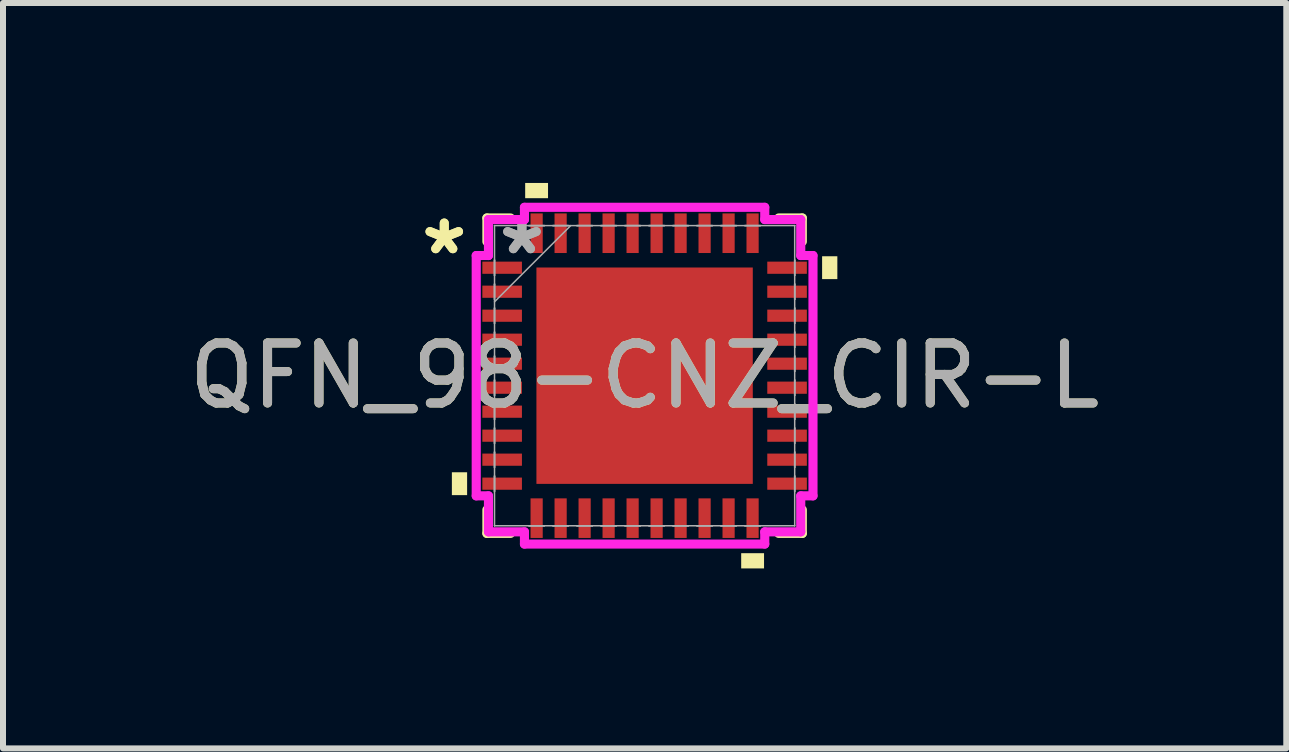
<source format=kicad_pcb>
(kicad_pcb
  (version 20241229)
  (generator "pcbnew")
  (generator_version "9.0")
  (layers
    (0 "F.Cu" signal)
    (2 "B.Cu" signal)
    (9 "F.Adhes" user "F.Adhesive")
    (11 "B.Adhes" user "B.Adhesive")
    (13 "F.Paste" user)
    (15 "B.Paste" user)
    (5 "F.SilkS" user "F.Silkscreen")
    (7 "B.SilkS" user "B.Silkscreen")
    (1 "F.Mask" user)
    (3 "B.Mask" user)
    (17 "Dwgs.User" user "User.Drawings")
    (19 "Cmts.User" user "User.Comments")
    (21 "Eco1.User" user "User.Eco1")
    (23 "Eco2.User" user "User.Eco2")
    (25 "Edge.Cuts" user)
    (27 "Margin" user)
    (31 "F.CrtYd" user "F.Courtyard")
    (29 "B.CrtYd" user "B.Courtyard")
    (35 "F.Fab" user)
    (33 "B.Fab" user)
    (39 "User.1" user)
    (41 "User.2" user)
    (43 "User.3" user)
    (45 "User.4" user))
  (footprint "QFN_98-CNZ_CIR-L"
    (layer "F.Cu")
    (at 7.696 3.213)
    (property "Reference" "QFN_98-CNZ_CIR-L" (at 0 0 0) (unlocked yes) (layer "F.SilkS") (effects (font (size 1 1) (thickness 0.15))))
    (attr smd)
    (fp_line (start -2.629 -2.629) (end -2.629 -2.235) (stroke (width 0.152) (type solid)) (layer "F.SilkS"))
    (fp_line (start -2.629 2.235) (end -2.629 2.629) (stroke (width 0.152) (type solid)) (layer "F.SilkS"))
    (fp_line (start -2.629 2.629) (end -2.235 2.629) (stroke (width 0.152) (type solid)) (layer "F.SilkS"))
    (fp_line (start -2.235 -2.629) (end -2.629 -2.629) (stroke (width 0.152) (type solid)) (layer "F.SilkS"))
    (fp_line (start 2.235 2.629) (end 2.629 2.629) (stroke (width 0.152) (type solid)) (layer "F.SilkS"))
    (fp_line (start 2.629 -2.629) (end 2.235 -2.629) (stroke (width 0.152) (type solid)) (layer "F.SilkS"))
    (fp_line (start 2.629 -2.235) (end 2.629 -2.629) (stroke (width 0.152) (type solid)) (layer "F.SilkS"))
    (fp_line (start 2.629 2.629) (end 2.629 2.235) (stroke (width 0.152) (type solid)) (layer "F.SilkS"))
    (fp_poly (pts (xy -3.213 1.61) (xy -3.213 1.991) (xy -2.959 1.991) (xy -2.959 1.61)) (stroke (width 0) (type solid)) (fill yes) (layer "F.SilkS"))
    (fp_poly (pts (xy -1.991 -2.959) (xy -1.991 -3.213) (xy -1.61 -3.213) (xy -1.61 -2.959)) (stroke (width 0) (type solid)) (fill yes) (layer "F.SilkS"))
    (fp_poly (pts (xy 1.61 2.959) (xy 1.61 3.213) (xy 1.991 3.213) (xy 1.991 2.959)) (stroke (width 0) (type solid)) (fill yes) (layer "F.SilkS"))
    (fp_poly (pts (xy 3.213 -1.991) (xy 3.213 -1.61) (xy 2.959 -1.61) (xy 2.959 -1.991)) (stroke (width 0) (type solid)) (fill yes) (layer "F.SilkS"))
    (fp_poly (pts (xy -1.703 -1.703) (xy -1.703 -0.1) (xy -0.1 -0.1) (xy -0.1 -1.703)) (stroke (width 0) (type solid)) (fill yes) (layer "F.Paste"))
    (fp_poly (pts (xy -1.703 0.1) (xy -1.703 1.703) (xy -0.1 1.703) (xy -0.1 0.1)) (stroke (width 0) (type solid)) (fill yes) (layer "F.Paste"))
    (fp_poly (pts (xy 0.1 -1.703) (xy 0.1 -0.1) (xy 1.703 -0.1) (xy 1.703 -1.703)) (stroke (width 0) (type solid)) (fill yes) (layer "F.Paste"))
    (fp_poly (pts (xy 0.1 0.1) (xy 0.1 1.703) (xy 1.703 1.703) (xy 1.703 0.1)) (stroke (width 0) (type solid)) (fill yes) (layer "F.Paste"))
    (fp_line (start -2.807 -2.003) (end -2.603 -2.003) (stroke (width 0.152) (type solid)) (layer "F.CrtYd"))
    (fp_line (start -2.807 2.003) (end -2.807 -2.003) (stroke (width 0.152) (type solid)) (layer "F.CrtYd"))
    (fp_line (start -2.603 -2.603) (end -2.003 -2.603) (stroke (width 0.152) (type solid)) (layer "F.CrtYd"))
    (fp_line (start -2.603 -2.003) (end -2.603 -2.603) (stroke (width 0.152) (type solid)) (layer "F.CrtYd"))
    (fp_line (start -2.603 2.003) (end -2.807 2.003) (stroke (width 0.152) (type solid)) (layer "F.CrtYd"))
    (fp_line (start -2.603 2.603) (end -2.603 2.003) (stroke (width 0.152) (type solid)) (layer "F.CrtYd"))
    (fp_line (start -2.003 -2.807) (end 2.003 -2.807) (stroke (width 0.152) (type solid)) (layer "F.CrtYd"))
    (fp_line (start -2.003 -2.603) (end -2.003 -2.807) (stroke (width 0.152) (type solid)) (layer "F.CrtYd"))
    (fp_line (start -2.003 2.603) (end -2.603 2.603) (stroke (width 0.152) (type solid)) (layer "F.CrtYd"))
    (fp_line (start -2.003 2.807) (end -2.003 2.603) (stroke (width 0.152) (type solid)) (layer "F.CrtYd"))
    (fp_line (start 2.003 -2.807) (end 2.003 -2.603) (stroke (width 0.152) (type solid)) (layer "F.CrtYd"))
    (fp_line (start 2.003 -2.603) (end 2.603 -2.603) (stroke (width 0.152) (type solid)) (layer "F.CrtYd"))
    (fp_line (start 2.003 2.603) (end 2.003 2.807) (stroke (width 0.152) (type solid)) (layer "F.CrtYd"))
    (fp_line (start 2.003 2.807) (end -2.003 2.807) (stroke (width 0.152) (type solid)) (layer "F.CrtYd"))
    (fp_line (start 2.603 -2.603) (end 2.603 -2.003) (stroke (width 0.152) (type solid)) (layer "F.CrtYd"))
    (fp_line (start 2.603 -2.003) (end 2.807 -2.003) (stroke (width 0.152) (type solid)) (layer "F.CrtYd"))
    (fp_line (start 2.603 2.003) (end 2.603 2.603) (stroke (width 0.152) (type solid)) (layer "F.CrtYd"))
    (fp_line (start 2.603 2.603) (end 2.003 2.603) (stroke (width 0.152) (type solid)) (layer "F.CrtYd"))
    (fp_line (start 2.807 -2.003) (end 2.807 2.003) (stroke (width 0.152) (type solid)) (layer "F.CrtYd"))
    (fp_line (start 2.807 2.003) (end 2.603 2.003) (stroke (width 0.152) (type solid)) (layer "F.CrtYd"))
    (fp_line (start -2.502 -2.502) (end -2.502 -2.502) (stroke (width 0.025) (type solid)) (layer "F.Fab"))
    (fp_line (start -2.502 -2.502) (end -2.502 2.502) (stroke (width 0.025) (type solid)) (layer "F.Fab"))
    (fp_line (start -2.502 -1.927) (end -2.502 -1.927) (stroke (width 0.025) (type solid)) (layer "F.Fab"))
    (fp_line (start -2.502 -1.927) (end -2.502 -1.673) (stroke (width 0.025) (type solid)) (layer "F.Fab"))
    (fp_line (start -2.502 -1.673) (end -2.502 -1.927) (stroke (width 0.025) (type solid)) (layer "F.Fab"))
    (fp_line (start -2.502 -1.673) (end -2.502 -1.673) (stroke (width 0.025) (type solid)) (layer "F.Fab"))
    (fp_line (start -2.502 -1.527) (end -2.502 -1.527) (stroke (width 0.025) (type solid)) (layer "F.Fab"))
    (fp_line (start -2.502 -1.527) (end -2.502 -1.273) (stroke (width 0.025) (type solid)) (layer "F.Fab"))
    (fp_line (start -2.502 -1.273) (end -2.502 -1.527) (stroke (width 0.025) (type solid)) (layer "F.Fab"))
    (fp_line (start -2.502 -1.273) (end -2.502 -1.273) (stroke (width 0.025) (type solid)) (layer "F.Fab"))
    (fp_line (start -2.502 -1.232) (end -1.232 -2.502) (stroke (width 0.025) (type solid)) (layer "F.Fab"))
    (fp_line (start -2.502 -1.127) (end -2.502 -1.127) (stroke (width 0.025) (type solid)) (layer "F.Fab"))
    (fp_line (start -2.502 -1.127) (end -2.502 -0.873) (stroke (width 0.025) (type solid)) (layer "F.Fab"))
    (fp_line (start -2.502 -0.873) (end -2.502 -1.127) (stroke (width 0.025) (type solid)) (layer "F.Fab"))
    (fp_line (start -2.502 -0.873) (end -2.502 -0.873) (stroke (width 0.025) (type solid)) (layer "F.Fab"))
    (fp_line (start -2.502 -0.727) (end -2.502 -0.727) (stroke (width 0.025) (type solid)) (layer "F.Fab"))
    (fp_line (start -2.502 -0.727) (end -2.502 -0.473) (stroke (width 0.025) (type solid)) (layer "F.Fab"))
    (fp_line (start -2.502 -0.473) (end -2.502 -0.727) (stroke (width 0.025) (type solid)) (layer "F.Fab"))
    (fp_line (start -2.502 -0.473) (end -2.502 -0.473) (stroke (width 0.025) (type solid)) (layer "F.Fab"))
    (fp_line (start -2.502 -0.327) (end -2.502 -0.327) (stroke (width 0.025) (type solid)) (layer "F.Fab"))
    (fp_line (start -2.502 -0.327) (end -2.502 -0.073) (stroke (width 0.025) (type solid)) (layer "F.Fab"))
    (fp_line (start -2.502 -0.073) (end -2.502 -0.327) (stroke (width 0.025) (type solid)) (layer "F.Fab"))
    (fp_line (start -2.502 -0.073) (end -2.502 -0.073) (stroke (width 0.025) (type solid)) (layer "F.Fab"))
    (fp_line (start -2.502 0.073) (end -2.502 0.073) (stroke (width 0.025) (type solid)) (layer "F.Fab"))
    (fp_line (start -2.502 0.073) (end -2.502 0.327) (stroke (width 0.025) (type solid)) (layer "F.Fab"))
    (fp_line (start -2.502 0.327) (end -2.502 0.073) (stroke (width 0.025) (type solid)) (layer "F.Fab"))
    (fp_line (start -2.502 0.327) (end -2.502 0.327) (stroke (width 0.025) (type solid)) (layer "F.Fab"))
    (fp_line (start -2.502 0.473) (end -2.502 0.473) (stroke (width 0.025) (type solid)) (layer "F.Fab"))
    (fp_line (start -2.502 0.473) (end -2.502 0.727) (stroke (width 0.025) (type solid)) (layer "F.Fab"))
    (fp_line (start -2.502 0.727) (end -2.502 0.473) (stroke (width 0.025) (type solid)) (layer "F.Fab"))
    (fp_line (start -2.502 0.727) (end -2.502 0.727) (stroke (width 0.025) (type solid)) (layer "F.Fab"))
    (fp_line (start -2.502 0.873) (end -2.502 0.873) (stroke (width 0.025) (type solid)) (layer "F.Fab"))
    (fp_line (start -2.502 0.873) (end -2.502 1.127) (stroke (width 0.025) (type solid)) (layer "F.Fab"))
    (fp_line (start -2.502 1.127) (end -2.502 0.873) (stroke (width 0.025) (type solid)) (layer "F.Fab"))
    (fp_line (start -2.502 1.127) (end -2.502 1.127) (stroke (width 0.025) (type solid)) (layer "F.Fab"))
    (fp_line (start -2.502 1.273) (end -2.502 1.273) (stroke (width 0.025) (type solid)) (layer "F.Fab"))
    (fp_line (start -2.502 1.273) (end -2.502 1.527) (stroke (width 0.025) (type solid)) (layer "F.Fab"))
    (fp_line (start -2.502 1.527) (end -2.502 1.273) (stroke (width 0.025) (type solid)) (layer "F.Fab"))
    (fp_line (start -2.502 1.527) (end -2.502 1.527) (stroke (width 0.025) (type solid)) (layer "F.Fab"))
    (fp_line (start -2.502 1.673) (end -2.502 1.673) (stroke (width 0.025) (type solid)) (layer "F.Fab"))
    (fp_line (start -2.502 1.673) (end -2.502 1.927) (stroke (width 0.025) (type solid)) (layer "F.Fab"))
    (fp_line (start -2.502 1.927) (end -2.502 1.673) (stroke (width 0.025) (type solid)) (layer "F.Fab"))
    (fp_line (start -2.502 1.927) (end -2.502 1.927) (stroke (width 0.025) (type solid)) (layer "F.Fab"))
    (fp_line (start -2.502 2.502) (end -2.502 2.502) (stroke (width 0.025) (type solid)) (layer "F.Fab"))
    (fp_line (start -2.502 2.502) (end 2.502 2.502) (stroke (width 0.025) (type solid)) (layer "F.Fab"))
    (fp_line (start -1.927 -2.502) (end -1.927 -2.502) (stroke (width 0.025) (type solid)) (layer "F.Fab"))
    (fp_line (start -1.927 -2.502) (end -1.673 -2.502) (stroke (width 0.025) (type solid)) (layer "F.Fab"))
    (fp_line (start -1.927 2.502) (end -1.927 2.502) (stroke (width 0.025) (type solid)) (layer "F.Fab"))
    (fp_line (start -1.927 2.502) (end -1.673 2.502) (stroke (width 0.025) (type solid)) (layer "F.Fab"))
    (fp_line (start -1.673 -2.502) (end -1.927 -2.502) (stroke (width 0.025) (type solid)) (layer "F.Fab"))
    (fp_line (start -1.673 -2.502) (end -1.673 -2.502) (stroke (width 0.025) (type solid)) (layer "F.Fab"))
    (fp_line (start -1.673 2.502) (end -1.927 2.502) (stroke (width 0.025) (type solid)) (layer "F.Fab"))
    (fp_line (start -1.673 2.502) (end -1.673 2.502) (stroke (width 0.025) (type solid)) (layer "F.Fab"))
    (fp_line (start -1.527 -2.502) (end -1.527 -2.502) (stroke (width 0.025) (type solid)) (layer "F.Fab"))
    (fp_line (start -1.527 -2.502) (end -1.273 -2.502) (stroke (width 0.025) (type solid)) (layer "F.Fab"))
    (fp_line (start -1.527 2.502) (end -1.527 2.502) (stroke (width 0.025) (type solid)) (layer "F.Fab"))
    (fp_line (start -1.527 2.502) (end -1.273 2.502) (stroke (width 0.025) (type solid)) (layer "F.Fab"))
    (fp_line (start -1.273 -2.502) (end -1.527 -2.502) (stroke (width 0.025) (type solid)) (layer "F.Fab"))
    (fp_line (start -1.273 -2.502) (end -1.273 -2.502) (stroke (width 0.025) (type solid)) (layer "F.Fab"))
    (fp_line (start -1.273 2.502) (end -1.527 2.502) (stroke (width 0.025) (type solid)) (layer "F.Fab"))
    (fp_line (start -1.273 2.502) (end -1.273 2.502) (stroke (width 0.025) (type solid)) (layer "F.Fab"))
    (fp_line (start -1.127 -2.502) (end -1.127 -2.502) (stroke (width 0.025) (type solid)) (layer "F.Fab"))
    (fp_line (start -1.127 -2.502) (end -0.873 -2.502) (stroke (width 0.025) (type solid)) (layer "F.Fab"))
    (fp_line (start -1.127 2.502) (end -1.127 2.502) (stroke (width 0.025) (type solid)) (layer "F.Fab"))
    (fp_line (start -1.127 2.502) (end -0.873 2.502) (stroke (width 0.025) (type solid)) (layer "F.Fab"))
    (fp_line (start -0.873 -2.502) (end -1.127 -2.502) (stroke (width 0.025) (type solid)) (layer "F.Fab"))
    (fp_line (start -0.873 -2.502) (end -0.873 -2.502) (stroke (width 0.025) (type solid)) (layer "F.Fab"))
    (fp_line (start -0.873 2.502) (end -1.127 2.502) (stroke (width 0.025) (type solid)) (layer "F.Fab"))
    (fp_line (start -0.873 2.502) (end -0.873 2.502) (stroke (width 0.025) (type solid)) (layer "F.Fab"))
    (fp_line (start -0.727 -2.502) (end -0.727 -2.502) (stroke (width 0.025) (type solid)) (layer "F.Fab"))
    (fp_line (start -0.727 -2.502) (end -0.473 -2.502) (stroke (width 0.025) (type solid)) (layer "F.Fab"))
    (fp_line (start -0.727 2.502) (end -0.727 2.502) (stroke (width 0.025) (type solid)) (layer "F.Fab"))
    (fp_line (start -0.727 2.502) (end -0.473 2.502) (stroke (width 0.025) (type solid)) (layer "F.Fab"))
    (fp_line (start -0.473 -2.502) (end -0.727 -2.502) (stroke (width 0.025) (type solid)) (layer "F.Fab"))
    (fp_line (start -0.473 -2.502) (end -0.473 -2.502) (stroke (width 0.025) (type solid)) (layer "F.Fab"))
    (fp_line (start -0.473 2.502) (end -0.727 2.502) (stroke (width 0.025) (type solid)) (layer "F.Fab"))
    (fp_line (start -0.473 2.502) (end -0.473 2.502) (stroke (width 0.025) (type solid)) (layer "F.Fab"))
    (fp_line (start -0.327 -2.502) (end -0.327 -2.502) (stroke (width 0.025) (type solid)) (layer "F.Fab"))
    (fp_line (start -0.327 -2.502) (end -0.073 -2.502) (stroke (width 0.025) (type solid)) (layer "F.Fab"))
    (fp_line (start -0.327 2.502) (end -0.327 2.502) (stroke (width 0.025) (type solid)) (layer "F.Fab"))
    (fp_line (start -0.327 2.502) (end -0.073 2.502) (stroke (width 0.025) (type solid)) (layer "F.Fab"))
    (fp_line (start -0.073 -2.502) (end -0.327 -2.502) (stroke (width 0.025) (type solid)) (layer "F.Fab"))
    (fp_line (start -0.073 -2.502) (end -0.073 -2.502) (stroke (width 0.025) (type solid)) (layer "F.Fab"))
    (fp_line (start -0.073 2.502) (end -0.327 2.502) (stroke (width 0.025) (type solid)) (layer "F.Fab"))
    (fp_line (start -0.073 2.502) (end -0.073 2.502) (stroke (width 0.025) (type solid)) (layer "F.Fab"))
    (fp_line (start 0.073 -2.502) (end 0.073 -2.502) (stroke (width 0.025) (type solid)) (layer "F.Fab"))
    (fp_line (start 0.073 -2.502) (end 0.327 -2.502) (stroke (width 0.025) (type solid)) (layer "F.Fab"))
    (fp_line (start 0.073 2.502) (end 0.073 2.502) (stroke (width 0.025) (type solid)) (layer "F.Fab"))
    (fp_line (start 0.073 2.502) (end 0.327 2.502) (stroke (width 0.025) (type solid)) (layer "F.Fab"))
    (fp_line (start 0.327 -2.502) (end 0.073 -2.502) (stroke (width 0.025) (type solid)) (layer "F.Fab"))
    (fp_line (start 0.327 -2.502) (end 0.327 -2.502) (stroke (width 0.025) (type solid)) (layer "F.Fab"))
    (fp_line (start 0.327 2.502) (end 0.073 2.502) (stroke (width 0.025) (type solid)) (layer "F.Fab"))
    (fp_line (start 0.327 2.502) (end 0.327 2.502) (stroke (width 0.025) (type solid)) (layer "F.Fab"))
    (fp_line (start 0.473 -2.502) (end 0.473 -2.502) (stroke (width 0.025) (type solid)) (layer "F.Fab"))
    (fp_line (start 0.473 -2.502) (end 0.727 -2.502) (stroke (width 0.025) (type solid)) (layer "F.Fab"))
    (fp_line (start 0.473 2.502) (end 0.473 2.502) (stroke (width 0.025) (type solid)) (layer "F.Fab"))
    (fp_line (start 0.473 2.502) (end 0.727 2.502) (stroke (width 0.025) (type solid)) (layer "F.Fab"))
    (fp_line (start 0.727 -2.502) (end 0.473 -2.502) (stroke (width 0.025) (type solid)) (layer "F.Fab"))
    (fp_line (start 0.727 -2.502) (end 0.727 -2.502) (stroke (width 0.025) (type solid)) (layer "F.Fab"))
    (fp_line (start 0.727 2.502) (end 0.473 2.502) (stroke (width 0.025) (type solid)) (layer "F.Fab"))
    (fp_line (start 0.727 2.502) (end 0.727 2.502) (stroke (width 0.025) (type solid)) (layer "F.Fab"))
    (fp_line (start 0.873 -2.502) (end 0.873 -2.502) (stroke (width 0.025) (type solid)) (layer "F.Fab"))
    (fp_line (start 0.873 -2.502) (end 1.127 -2.502) (stroke (width 0.025) (type solid)) (layer "F.Fab"))
    (fp_line (start 0.873 2.502) (end 0.873 2.502) (stroke (width 0.025) (type solid)) (layer "F.Fab"))
    (fp_line (start 0.873 2.502) (end 1.127 2.502) (stroke (width 0.025) (type solid)) (layer "F.Fab"))
    (fp_line (start 1.127 -2.502) (end 0.873 -2.502) (stroke (width 0.025) (type solid)) (layer "F.Fab"))
    (fp_line (start 1.127 -2.502) (end 1.127 -2.502) (stroke (width 0.025) (type solid)) (layer "F.Fab"))
    (fp_line (start 1.127 2.502) (end 0.873 2.502) (stroke (width 0.025) (type solid)) (layer "F.Fab"))
    (fp_line (start 1.127 2.502) (end 1.127 2.502) (stroke (width 0.025) (type solid)) (layer "F.Fab"))
    (fp_line (start 1.273 -2.502) (end 1.273 -2.502) (stroke (width 0.025) (type solid)) (layer "F.Fab"))
    (fp_line (start 1.273 -2.502) (end 1.527 -2.502) (stroke (width 0.025) (type solid)) (layer "F.Fab"))
    (fp_line (start 1.273 2.502) (end 1.273 2.502) (stroke (width 0.025) (type solid)) (layer "F.Fab"))
    (fp_line (start 1.273 2.502) (end 1.527 2.502) (stroke (width 0.025) (type solid)) (layer "F.Fab"))
    (fp_line (start 1.527 -2.502) (end 1.273 -2.502) (stroke (width 0.025) (type solid)) (layer "F.Fab"))
    (fp_line (start 1.527 -2.502) (end 1.527 -2.502) (stroke (width 0.025) (type solid)) (layer "F.Fab"))
    (fp_line (start 1.527 2.502) (end 1.273 2.502) (stroke (width 0.025) (type solid)) (layer "F.Fab"))
    (fp_line (start 1.527 2.502) (end 1.527 2.502) (stroke (width 0.025) (type solid)) (layer "F.Fab"))
    (fp_line (start 1.673 -2.502) (end 1.673 -2.502) (stroke (width 0.025) (type solid)) (layer "F.Fab"))
    (fp_line (start 1.673 -2.502) (end 1.927 -2.502) (stroke (width 0.025) (type solid)) (layer "F.Fab"))
    (fp_line (start 1.673 2.502) (end 1.673 2.502) (stroke (width 0.025) (type solid)) (layer "F.Fab"))
    (fp_line (start 1.673 2.502) (end 1.927 2.502) (stroke (width 0.025) (type solid)) (layer "F.Fab"))
    (fp_line (start 1.927 -2.502) (end 1.673 -2.502) (stroke (width 0.025) (type solid)) (layer "F.Fab"))
    (fp_line (start 1.927 -2.502) (end 1.927 -2.502) (stroke (width 0.025) (type solid)) (layer "F.Fab"))
    (fp_line (start 1.927 2.502) (end 1.673 2.502) (stroke (width 0.025) (type solid)) (layer "F.Fab"))
    (fp_line (start 1.927 2.502) (end 1.927 2.502) (stroke (width 0.025) (type solid)) (layer "F.Fab"))
    (fp_line (start 2.502 -2.502) (end -2.502 -2.502) (stroke (width 0.025) (type solid)) (layer "F.Fab"))
    (fp_line (start 2.502 -2.502) (end 2.502 -2.502) (stroke (width 0.025) (type solid)) (layer "F.Fab"))
    (fp_line (start 2.502 -1.927) (end 2.502 -1.927) (stroke (width 0.025) (type solid)) (layer "F.Fab"))
    (fp_line (start 2.502 -1.927) (end 2.502 -1.673) (stroke (width 0.025) (type solid)) (layer "F.Fab"))
    (fp_line (start 2.502 -1.673) (end 2.502 -1.927) (stroke (width 0.025) (type solid)) (layer "F.Fab"))
    (fp_line (start 2.502 -1.673) (end 2.502 -1.673) (stroke (width 0.025) (type solid)) (layer "F.Fab"))
    (fp_line (start 2.502 -1.527) (end 2.502 -1.527) (stroke (width 0.025) (type solid)) (layer "F.Fab"))
    (fp_line (start 2.502 -1.527) (end 2.502 -1.273) (stroke (width 0.025) (type solid)) (layer "F.Fab"))
    (fp_line (start 2.502 -1.273) (end 2.502 -1.527) (stroke (width 0.025) (type solid)) (layer "F.Fab"))
    (fp_line (start 2.502 -1.273) (end 2.502 -1.273) (stroke (width 0.025) (type solid)) (layer "F.Fab"))
    (fp_line (start 2.502 -1.127) (end 2.502 -1.127) (stroke (width 0.025) (type solid)) (layer "F.Fab"))
    (fp_line (start 2.502 -1.127) (end 2.502 -0.873) (stroke (width 0.025) (type solid)) (layer "F.Fab"))
    (fp_line (start 2.502 -0.873) (end 2.502 -1.127) (stroke (width 0.025) (type solid)) (layer "F.Fab"))
    (fp_line (start 2.502 -0.873) (end 2.502 -0.873) (stroke (width 0.025) (type solid)) (layer "F.Fab"))
    (fp_line (start 2.502 -0.727) (end 2.502 -0.727) (stroke (width 0.025) (type solid)) (layer "F.Fab"))
    (fp_line (start 2.502 -0.727) (end 2.502 -0.473) (stroke (width 0.025) (type solid)) (layer "F.Fab"))
    (fp_line (start 2.502 -0.473) (end 2.502 -0.727) (stroke (width 0.025) (type solid)) (layer "F.Fab"))
    (fp_line (start 2.502 -0.473) (end 2.502 -0.473) (stroke (width 0.025) (type solid)) (layer "F.Fab"))
    (fp_line (start 2.502 -0.327) (end 2.502 -0.327) (stroke (width 0.025) (type solid)) (layer "F.Fab"))
    (fp_line (start 2.502 -0.327) (end 2.502 -0.073) (stroke (width 0.025) (type solid)) (layer "F.Fab"))
    (fp_line (start 2.502 -0.073) (end 2.502 -0.327) (stroke (width 0.025) (type solid)) (layer "F.Fab"))
    (fp_line (start 2.502 -0.073) (end 2.502 -0.073) (stroke (width 0.025) (type solid)) (layer "F.Fab"))
    (fp_line (start 2.502 0.073) (end 2.502 0.073) (stroke (width 0.025) (type solid)) (layer "F.Fab"))
    (fp_line (start 2.502 0.073) (end 2.502 0.327) (stroke (width 0.025) (type solid)) (layer "F.Fab"))
    (fp_line (start 2.502 0.327) (end 2.502 0.073) (stroke (width 0.025) (type solid)) (layer "F.Fab"))
    (fp_line (start 2.502 0.327) (end 2.502 0.327) (stroke (width 0.025) (type solid)) (layer "F.Fab"))
    (fp_line (start 2.502 0.473) (end 2.502 0.473) (stroke (width 0.025) (type solid)) (layer "F.Fab"))
    (fp_line (start 2.502 0.473) (end 2.502 0.727) (stroke (width 0.025) (type solid)) (layer "F.Fab"))
    (fp_line (start 2.502 0.727) (end 2.502 0.473) (stroke (width 0.025) (type solid)) (layer "F.Fab"))
    (fp_line (start 2.502 0.727) (end 2.502 0.727) (stroke (width 0.025) (type solid)) (layer "F.Fab"))
    (fp_line (start 2.502 0.873) (end 2.502 0.873) (stroke (width 0.025) (type solid)) (layer "F.Fab"))
    (fp_line (start 2.502 0.873) (end 2.502 1.127) (stroke (width 0.025) (type solid)) (layer "F.Fab"))
    (fp_line (start 2.502 1.127) (end 2.502 0.873) (stroke (width 0.025) (type solid)) (layer "F.Fab"))
    (fp_line (start 2.502 1.127) (end 2.502 1.127) (stroke (width 0.025) (type solid)) (layer "F.Fab"))
    (fp_line (start 2.502 1.273) (end 2.502 1.273) (stroke (width 0.025) (type solid)) (layer "F.Fab"))
    (fp_line (start 2.502 1.273) (end 2.502 1.527) (stroke (width 0.025) (type solid)) (layer "F.Fab"))
    (fp_line (start 2.502 1.527) (end 2.502 1.273) (stroke (width 0.025) (type solid)) (layer "F.Fab"))
    (fp_line (start 2.502 1.527) (end 2.502 1.527) (stroke (width 0.025) (type solid)) (layer "F.Fab"))
    (fp_line (start 2.502 1.673) (end 2.502 1.673) (stroke (width 0.025) (type solid)) (layer "F.Fab"))
    (fp_line (start 2.502 1.673) (end 2.502 1.927) (stroke (width 0.025) (type solid)) (layer "F.Fab"))
    (fp_line (start 2.502 1.927) (end 2.502 1.673) (stroke (width 0.025) (type solid)) (layer "F.Fab"))
    (fp_line (start 2.502 1.927) (end 2.502 1.927) (stroke (width 0.025) (type solid)) (layer "F.Fab"))
    (fp_line (start 2.502 2.502) (end 2.502 -2.502) (stroke (width 0.025) (type solid)) (layer "F.Fab"))
    (fp_line (start 2.502 2.502) (end 2.502 2.502) (stroke (width 0.025) (type solid)) (layer "F.Fab"))
    (fp_text user "*" (at -3.34 -2 0) (unlocked yes) (layer "F.SilkS") (effects (font (size 1 1) (thickness 0.15))))
    (fp_text user "*" (at -3.34 -2 0) (layer "F.SilkS") (effects (font (size 1 1) (thickness 0.15))))
    (fp_text user "*" (at -2.045 -2 0) (unlocked yes) (layer "F.Fab") (effects (font (size 1 1) (thickness 0.15))))
    (fp_text user "*" (at -2.045 -2 0) (layer "F.Fab") (effects (font (size 1 1) (thickness 0.15))))
    (fp_text user "${REFERENCE}" (at 0 0 0) (unlocked yes) (layer "F.Fab") (effects (font (size 1 1) (thickness 0.15))))
    (pad "1" smd rect (at -2.375 -1.8 90) (size 0.203 0.66) (layers "F.Cu" "F.Mask" "F.Paste"))
    (pad "2" smd rect (at -2.375 -1.4 90) (size 0.203 0.66) (layers "F.Cu" "F.Mask" "F.Paste"))
    (pad "3" smd rect (at -2.375 -1 90) (size 0.203 0.66) (layers "F.Cu" "F.Mask" "F.Paste"))
    (pad "4" smd rect (at -2.375 -0.6 90) (size 0.203 0.66) (layers "F.Cu" "F.Mask" "F.Paste"))
    (pad "5" smd rect (at -2.375 -0.2 90) (size 0.203 0.66) (layers "F.Cu" "F.Mask" "F.Paste"))
    (pad "6" smd rect (at -2.375 0.2 90) (size 0.203 0.66) (layers "F.Cu" "F.Mask" "F.Paste"))
    (pad "7" smd rect (at -2.375 0.6 90) (size 0.203 0.66) (layers "F.Cu" "F.Mask" "F.Paste"))
    (pad "8" smd rect (at -2.375 1 90) (size 0.203 0.66) (layers "F.Cu" "F.Mask" "F.Paste"))
    (pad "9" smd rect (at -2.375 1.4 90) (size 0.203 0.66) (layers "F.Cu" "F.Mask" "F.Paste"))
    (pad "10" smd rect (at -2.375 1.8 90) (size 0.203 0.66) (layers "F.Cu" "F.Mask" "F.Paste"))
    (pad "11" smd rect (at -1.8 2.375) (size 0.203 0.66) (layers "F.Cu" "F.Mask" "F.Paste"))
    (pad "12" smd rect (at -1.4 2.375) (size 0.203 0.66) (layers "F.Cu" "F.Mask" "F.Paste"))
    (pad "13" smd rect (at -1 2.375) (size 0.203 0.66) (layers "F.Cu" "F.Mask" "F.Paste"))
    (pad "14" smd rect (at -0.6 2.375) (size 0.203 0.66) (layers "F.Cu" "F.Mask" "F.Paste"))
    (pad "15" smd rect (at -0.2 2.375) (size 0.203 0.66) (layers "F.Cu" "F.Mask" "F.Paste"))
    (pad "16" smd rect (at 0.2 2.375) (size 0.203 0.66) (layers "F.Cu" "F.Mask" "F.Paste"))
    (pad "17" smd rect (at 0.6 2.375) (size 0.203 0.66) (layers "F.Cu" "F.Mask" "F.Paste"))
    (pad "18" smd rect (at 1 2.375) (size 0.203 0.66) (layers "F.Cu" "F.Mask" "F.Paste"))
    (pad "19" smd rect (at 1.4 2.375) (size 0.203 0.66) (layers "F.Cu" "F.Mask" "F.Paste"))
    (pad "20" smd rect (at 1.8 2.375) (size 0.203 0.66) (layers "F.Cu" "F.Mask" "F.Paste"))
    (pad "21" smd rect (at 2.375 1.8 90) (size 0.203 0.66) (layers "F.Cu" "F.Mask" "F.Paste"))
    (pad "22" smd rect (at 2.375 1.4 90) (size 0.203 0.66) (layers "F.Cu" "F.Mask" "F.Paste"))
    (pad "23" smd rect (at 2.375 1 90) (size 0.203 0.66) (layers "F.Cu" "F.Mask" "F.Paste"))
    (pad "24" smd rect (at 2.375 0.6 90) (size 0.203 0.66) (layers "F.Cu" "F.Mask" "F.Paste"))
    (pad "25" smd rect (at 2.375 0.2 90) (size 0.203 0.66) (layers "F.Cu" "F.Mask" "F.Paste"))
    (pad "26" smd rect (at 2.375 -0.2 90) (size 0.203 0.66) (layers "F.Cu" "F.Mask" "F.Paste"))
    (pad "27" smd rect (at 2.375 -0.6 90) (size 0.203 0.66) (layers "F.Cu" "F.Mask" "F.Paste"))
    (pad "28" smd rect (at 2.375 -1 90) (size 0.203 0.66) (layers "F.Cu" "F.Mask" "F.Paste"))
    (pad "29" smd rect (at 2.375 -1.4 90) (size 0.203 0.66) (layers "F.Cu" "F.Mask" "F.Paste"))
    (pad "30" smd rect (at 2.375 -1.8 90) (size 0.203 0.66) (layers "F.Cu" "F.Mask" "F.Paste"))
    (pad "31" smd rect (at 1.8 -2.375) (size 0.203 0.66) (layers "F.Cu" "F.Mask" "F.Paste"))
    (pad "32" smd rect (at 1.4 -2.375) (size 0.203 0.66) (layers "F.Cu" "F.Mask" "F.Paste"))
    (pad "33" smd rect (at 1 -2.375) (size 0.203 0.66) (layers "F.Cu" "F.Mask" "F.Paste"))
    (pad "34" smd rect (at 0.6 -2.375) (size 0.203 0.66) (layers "F.Cu" "F.Mask" "F.Paste"))
    (pad "35" smd rect (at 0.2 -2.375) (size 0.203 0.66) (layers "F.Cu" "F.Mask" "F.Paste"))
    (pad "36" smd rect (at -0.2 -2.375) (size 0.203 0.66) (layers "F.Cu" "F.Mask" "F.Paste"))
    (pad "37" smd rect (at -0.6 -2.375) (size 0.203 0.66) (layers "F.Cu" "F.Mask" "F.Paste"))
    (pad "38" smd rect (at -1 -2.375) (size 0.203 0.66) (layers "F.Cu" "F.Mask" "F.Paste"))
    (pad "39" smd rect (at -1.4 -2.375) (size 0.203 0.66) (layers "F.Cu" "F.Mask" "F.Paste"))
    (pad "40" smd rect (at -1.8 -2.375) (size 0.203 0.66) (layers "F.Cu" "F.Mask" "F.Paste"))
    (pad "41" smd rect (at 0 0) (size 3.607 3.607) (layers "F.Cu" "F.Mask" "F.Paste")))
  (gr_rect
    (start -3 -3)
    (end 18.393 9.426)
    (stroke (width 0.1) (type default))
    (fill no)
    (layer "Edge.Cuts")))
</source>
